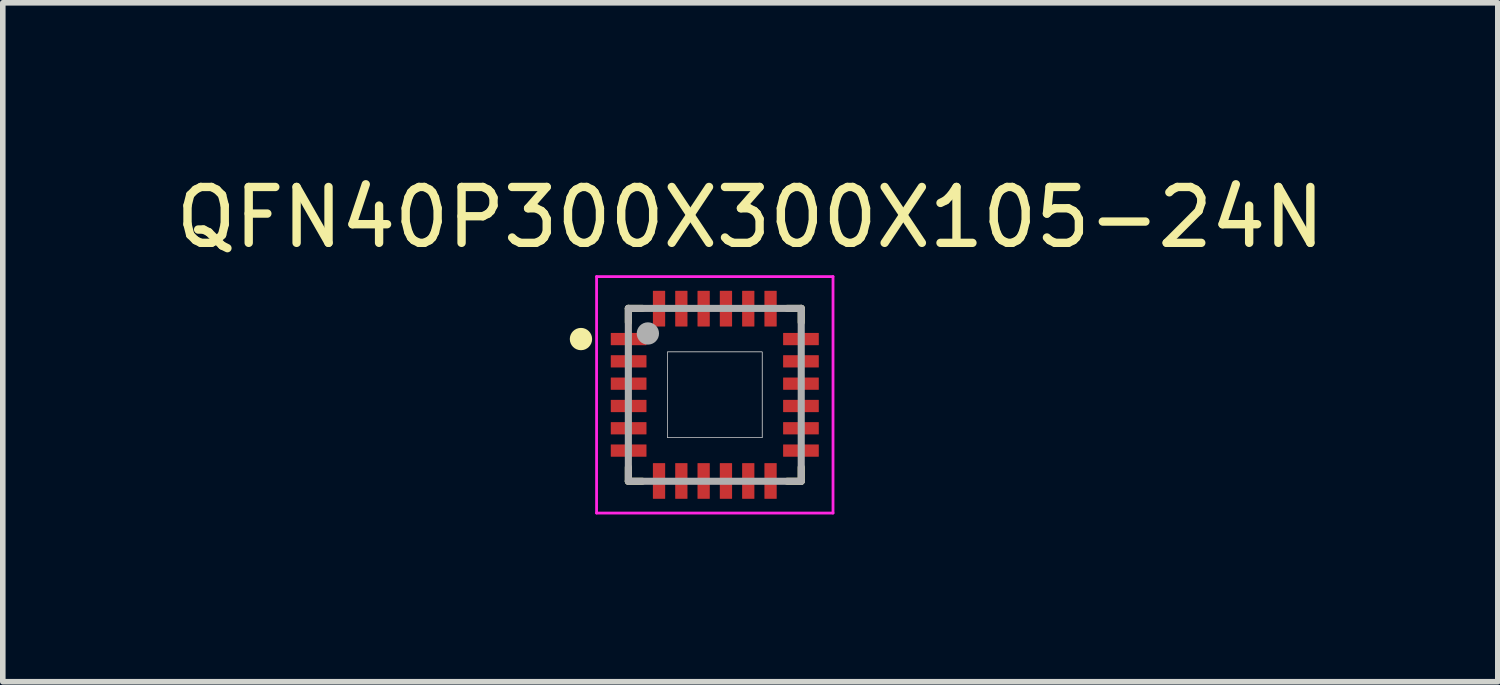
<source format=kicad_pcb>
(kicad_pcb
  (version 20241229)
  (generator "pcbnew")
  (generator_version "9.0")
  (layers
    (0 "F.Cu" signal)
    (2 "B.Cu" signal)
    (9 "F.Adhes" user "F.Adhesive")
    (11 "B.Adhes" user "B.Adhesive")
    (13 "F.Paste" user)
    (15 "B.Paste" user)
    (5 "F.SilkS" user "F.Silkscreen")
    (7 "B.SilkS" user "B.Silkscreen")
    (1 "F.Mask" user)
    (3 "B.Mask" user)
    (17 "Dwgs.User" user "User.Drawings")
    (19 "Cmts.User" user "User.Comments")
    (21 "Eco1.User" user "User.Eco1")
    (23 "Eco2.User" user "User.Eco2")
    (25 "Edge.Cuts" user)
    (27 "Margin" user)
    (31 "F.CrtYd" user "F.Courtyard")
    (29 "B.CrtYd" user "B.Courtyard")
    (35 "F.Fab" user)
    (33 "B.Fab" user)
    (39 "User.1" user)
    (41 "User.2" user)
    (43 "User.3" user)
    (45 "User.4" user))
  (footprint "QFN40P300X300X105-24N"
    (layer "F.Cu")
    (at 9.768 4.03)
    (property "Reference" "QFN40P300X300X105-24N" (at 0.636 -3.181 0) (layer "F.SilkS") (effects (font (size 1.002 1.002) (thickness 0.15))))
    (attr through_hole)
    (fp_line (start -1.55 -1.55) (end -1.55 -1.3) (stroke (width 0.127) (type solid)) (layer "F.SilkS"))
    (fp_line (start -1.55 1.3) (end -1.55 1.55) (stroke (width 0.127) (type solid)) (layer "F.SilkS"))
    (fp_line (start -1.55 1.55) (end -1.3 1.55) (stroke (width 0.127) (type solid)) (layer "F.SilkS"))
    (fp_line (start -1.3 -1.55) (end -1.55 -1.55) (stroke (width 0.127) (type solid)) (layer "F.SilkS"))
    (fp_line (start 1.3 -1.55) (end 1.55 -1.55) (stroke (width 0.127) (type solid)) (layer "F.SilkS"))
    (fp_line (start 1.55 -1.55) (end 1.55 -1.3) (stroke (width 0.127) (type solid)) (layer "F.SilkS"))
    (fp_line (start 1.55 1.3) (end 1.55 1.55) (stroke (width 0.127) (type solid)) (layer "F.SilkS"))
    (fp_line (start 1.55 1.55) (end 1.3 1.55) (stroke (width 0.127) (type solid)) (layer "F.SilkS"))
    (fp_circle (center -2.4 -1) (end -2.3 -1) (stroke (width 0.2) (type solid)) (fill no) (layer "F.SilkS"))
    (fp_poly (pts (xy -0.85 -0.77) (xy 0.85 -0.77) (xy 0.85 0.77) (xy -0.85 0.77)) (stroke (width 0.01) (type solid)) (fill no) (layer "Dwgs.User"))
    (fp_poly (pts (xy -0.85 -0.77) (xy 0.85 -0.77) (xy 0.85 0.77) (xy -0.85 0.77)) (stroke (width 0.01) (type solid)) (fill no) (layer "Dwgs.User"))
    (fp_line (start -2.12 -2.12) (end 2.12 -2.12) (stroke (width 0.05) (type solid)) (layer "F.CrtYd"))
    (fp_line (start -2.12 2.12) (end -2.12 -2.12) (stroke (width 0.05) (type solid)) (layer "F.CrtYd"))
    (fp_line (start 2.12 -2.12) (end 2.12 2.12) (stroke (width 0.05) (type solid)) (layer "F.CrtYd"))
    (fp_line (start 2.12 2.12) (end -2.12 2.12) (stroke (width 0.05) (type solid)) (layer "F.CrtYd"))
    (fp_line (start -1.55 -1.55) (end 1.55 -1.55) (stroke (width 0.127) (type solid)) (layer "F.Fab"))
    (fp_line (start -1.55 1.55) (end -1.55 -1.55) (stroke (width 0.127) (type solid)) (layer "F.Fab"))
    (fp_line (start 1.55 -1.55) (end 1.55 1.55) (stroke (width 0.127) (type solid)) (layer "F.Fab"))
    (fp_line (start 1.55 1.55) (end -1.55 1.55) (stroke (width 0.127) (type solid)) (layer "F.Fab"))
    (fp_circle (center -1.2 -1.1) (end -1.1 -1.1) (stroke (width 0.2) (type solid)) (fill no) (layer "F.Fab"))
    (pad "1" smd roundrect (at -1.545 -1) (size 0.64 0.22) (layers "F.Cu" "F.Mask" "F.Paste") (roundrect_rratio 0.03))
    (pad "2" smd roundrect (at -1.545 -0.6) (size 0.64 0.22) (layers "F.Cu" "F.Mask" "F.Paste") (roundrect_rratio 0.03))
    (pad "3" smd roundrect (at -1.545 -0.2) (size 0.64 0.22) (layers "F.Cu" "F.Mask" "F.Paste") (roundrect_rratio 0.03))
    (pad "4" smd roundrect (at -1.545 0.2) (size 0.64 0.22) (layers "F.Cu" "F.Mask" "F.Paste") (roundrect_rratio 0.03))
    (pad "5" smd roundrect (at -1.545 0.6) (size 0.64 0.22) (layers "F.Cu" "F.Mask" "F.Paste") (roundrect_rratio 0.03))
    (pad "6" smd roundrect (at -1.545 1) (size 0.64 0.22) (layers "F.Cu" "F.Mask" "F.Paste") (roundrect_rratio 0.03))
    (pad "7" smd roundrect (at -1 1.545) (size 0.22 0.64) (layers "F.Cu" "F.Mask" "F.Paste") (roundrect_rratio 0.03))
    (pad "8" smd roundrect (at -0.6 1.545) (size 0.22 0.64) (layers "F.Cu" "F.Mask" "F.Paste") (roundrect_rratio 0.03))
    (pad "9" smd roundrect (at -0.2 1.545) (size 0.22 0.64) (layers "F.Cu" "F.Mask" "F.Paste") (roundrect_rratio 0.03))
    (pad "10" smd roundrect (at 0.2 1.545) (size 0.22 0.64) (layers "F.Cu" "F.Mask" "F.Paste") (roundrect_rratio 0.03))
    (pad "11" smd roundrect (at 0.6 1.545) (size 0.22 0.64) (layers "F.Cu" "F.Mask" "F.Paste") (roundrect_rratio 0.03))
    (pad "12" smd roundrect (at 1 1.545) (size 0.22 0.64) (layers "F.Cu" "F.Mask" "F.Paste") (roundrect_rratio 0.03))
    (pad "13" smd roundrect (at 1.545 1) (size 0.64 0.22) (layers "F.Cu" "F.Mask" "F.Paste") (roundrect_rratio 0.03))
    (pad "14" smd roundrect (at 1.545 0.6) (size 0.64 0.22) (layers "F.Cu" "F.Mask" "F.Paste") (roundrect_rratio 0.03))
    (pad "15" smd roundrect (at 1.545 0.2) (size 0.64 0.22) (layers "F.Cu" "F.Mask" "F.Paste") (roundrect_rratio 0.03))
    (pad "16" smd roundrect (at 1.545 -0.2) (size 0.64 0.22) (layers "F.Cu" "F.Mask" "F.Paste") (roundrect_rratio 0.03))
    (pad "17" smd roundrect (at 1.545 -0.6) (size 0.64 0.22) (layers "F.Cu" "F.Mask" "F.Paste") (roundrect_rratio 0.03))
    (pad "18" smd roundrect (at 1.545 -1) (size 0.64 0.22) (layers "F.Cu" "F.Mask" "F.Paste") (roundrect_rratio 0.03))
    (pad "19" smd roundrect (at 1 -1.545) (size 0.22 0.64) (layers "F.Cu" "F.Mask" "F.Paste") (roundrect_rratio 0.03))
    (pad "20" smd roundrect (at 0.6 -1.545) (size 0.22 0.64) (layers "F.Cu" "F.Mask" "F.Paste") (roundrect_rratio 0.03))
    (pad "21" smd roundrect (at 0.2 -1.545) (size 0.22 0.64) (layers "F.Cu" "F.Mask" "F.Paste") (roundrect_rratio 0.03))
    (pad "22" smd roundrect (at -0.2 -1.545) (size 0.22 0.64) (layers "F.Cu" "F.Mask" "F.Paste") (roundrect_rratio 0.03))
    (pad "23" smd roundrect (at -0.6 -1.545) (size 0.22 0.64) (layers "F.Cu" "F.Mask" "F.Paste") (roundrect_rratio 0.03))
    (pad "24" smd roundrect (at -1 -1.545) (size 0.22 0.64) (layers "F.Cu" "F.Mask" "F.Paste") (roundrect_rratio 0.03)))
  (gr_rect
    (start -3 -3)
    (end 23.809 9.175)
    (stroke (width 0.1) (type default))
    (fill no)
    (layer "Edge.Cuts")))
</source>
